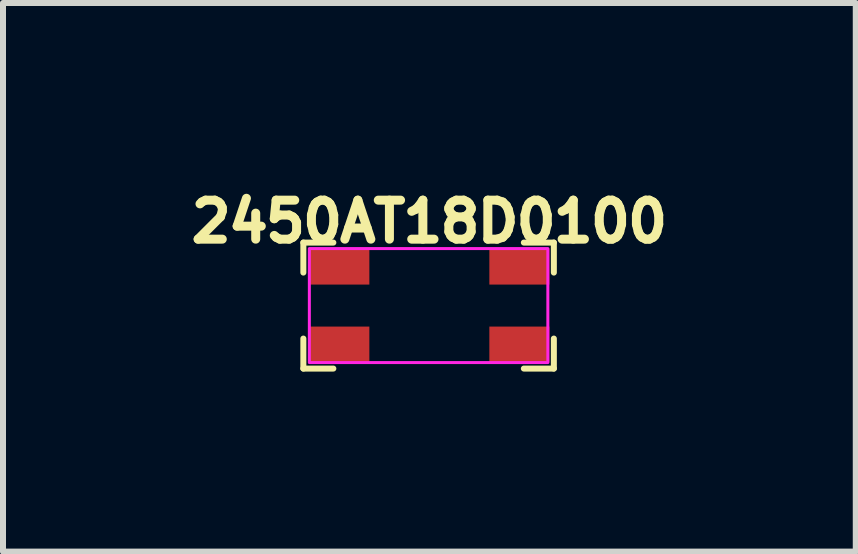
<source format=kicad_pcb>
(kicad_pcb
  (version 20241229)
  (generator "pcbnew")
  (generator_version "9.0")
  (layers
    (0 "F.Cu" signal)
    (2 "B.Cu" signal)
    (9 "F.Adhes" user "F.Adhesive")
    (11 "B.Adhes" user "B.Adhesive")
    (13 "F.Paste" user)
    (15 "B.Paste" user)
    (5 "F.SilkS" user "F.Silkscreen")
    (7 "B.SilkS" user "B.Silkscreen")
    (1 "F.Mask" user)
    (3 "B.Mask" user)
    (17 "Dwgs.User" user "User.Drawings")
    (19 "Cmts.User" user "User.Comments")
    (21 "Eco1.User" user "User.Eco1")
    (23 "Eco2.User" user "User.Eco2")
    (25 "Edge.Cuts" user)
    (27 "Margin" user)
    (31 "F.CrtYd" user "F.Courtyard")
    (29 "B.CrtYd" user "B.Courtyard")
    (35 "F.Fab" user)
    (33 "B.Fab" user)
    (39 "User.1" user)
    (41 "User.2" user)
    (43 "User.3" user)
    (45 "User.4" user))
  (footprint "2450AT18D0100"
    (layer "F.Cu")
    (at 4.106 2.043)
    (property "Reference" "2450AT18D0100" (at 0 -1.4 0) (unlocked yes) (layer "F.SilkS") (effects (font (size 0.65 0.65) (thickness 0.15) (bold yes))))
    (attr smd)
    (fp_line (start -2.1 -1.05) (end -1.6 -1.05) (stroke (width 0.1) (type default)) (layer "F.SilkS"))
    (fp_line (start -2.1 -0.55) (end -2.1 -1.05) (stroke (width 0.1) (type default)) (layer "F.SilkS"))
    (fp_line (start -2.1 1.05) (end -2.1 0.55) (stroke (width 0.1) (type default)) (layer "F.SilkS"))
    (fp_line (start -1.6 1.05) (end -2.1 1.05) (stroke (width 0.1) (type default)) (layer "F.SilkS"))
    (fp_line (start 1.575 -1.05) (end 2.075 -1.05) (stroke (width 0.1) (type default)) (layer "F.SilkS"))
    (fp_line (start 2.075 -1.05) (end 2.075 -0.55) (stroke (width 0.1) (type default)) (layer "F.SilkS"))
    (fp_line (start 2.075 0.55) (end 2.075 1.05) (stroke (width 0.1) (type default)) (layer "F.SilkS"))
    (fp_line (start 2.075 1.05) (end 1.575 1.05) (stroke (width 0.1) (type default)) (layer "F.SilkS"))
    (fp_rect (start -2 -0.95) (end 1.975 0.95) (stroke (width 0.05) (type default)) (fill no) (layer "F.CrtYd"))
    (pad "1" smd rect (at -1.5 0.65) (size 1 0.6) (layers "F.Cu" "F.Mask" "F.Paste"))
    (pad "2" smd rect (at 1.5 0.65) (size 1 0.6) (layers "F.Cu" "F.Mask" "F.Paste"))
    (pad "3" smd rect (at 1.5 -0.65) (size 1 0.6) (layers "F.Cu" "F.Mask" "F.Paste"))
    (pad "4" smd rect (at -1.5 -0.65) (size 1 0.6) (layers "F.Cu" "F.Mask" "F.Paste")))
  (gr_rect
    (start -3 -3)
    (end 11.213 6.144)
    (stroke (width 0.1) (type default))
    (fill no)
    (layer "Edge.Cuts")))
</source>
